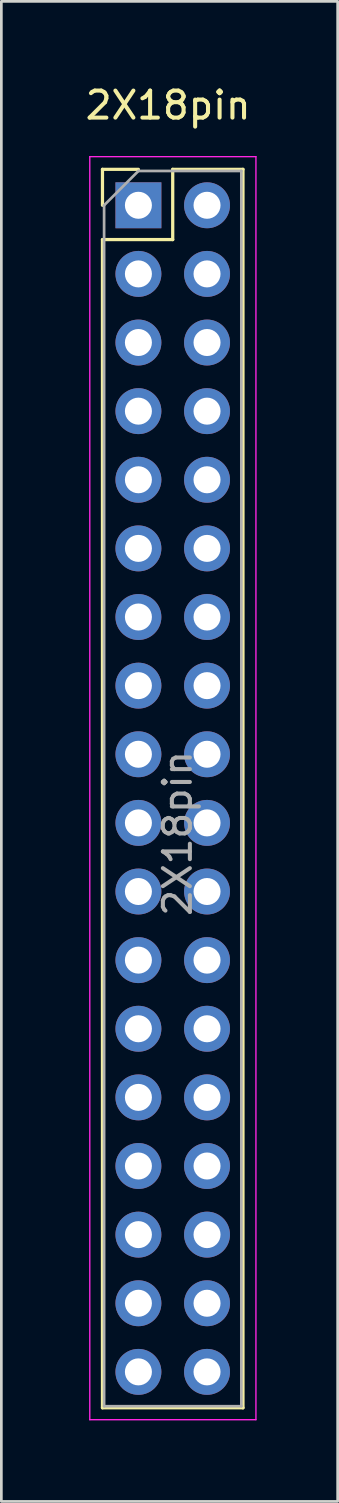
<source format=kicad_pcb>
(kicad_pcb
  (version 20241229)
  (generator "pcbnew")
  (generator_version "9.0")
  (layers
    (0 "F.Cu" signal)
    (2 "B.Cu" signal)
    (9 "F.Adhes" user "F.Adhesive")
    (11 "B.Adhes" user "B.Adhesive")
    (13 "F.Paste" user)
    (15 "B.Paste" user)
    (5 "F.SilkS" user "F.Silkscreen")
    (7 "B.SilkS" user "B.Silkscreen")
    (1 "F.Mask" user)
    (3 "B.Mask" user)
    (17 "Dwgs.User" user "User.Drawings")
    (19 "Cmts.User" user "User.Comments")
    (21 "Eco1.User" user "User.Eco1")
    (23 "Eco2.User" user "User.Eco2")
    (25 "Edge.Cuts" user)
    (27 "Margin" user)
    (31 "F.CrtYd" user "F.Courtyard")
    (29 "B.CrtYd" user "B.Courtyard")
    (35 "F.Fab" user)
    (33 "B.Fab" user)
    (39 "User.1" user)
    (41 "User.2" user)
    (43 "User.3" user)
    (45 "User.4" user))
  (footprint "2X18pin"
    (layer "F.Cu")
    (at 3.223 27.398)
    (property "Reference" "2X18pin" (at -0.05 -26.55 0) (unlocked yes) (layer "F.SilkS") (effects (font (size 1 1) (thickness 0.15))))
    (attr through_hole)
    (fp_line (start -2.48 -24.18) (end -1.15 -24.18) (stroke (width 0.12) (type solid)) (layer "F.SilkS"))
    (fp_line (start -2.48 -22.85) (end -2.48 -24.18) (stroke (width 0.12) (type solid)) (layer "F.SilkS"))
    (fp_line (start -2.48 -21.58) (end -2.48 21.66) (stroke (width 0.12) (type solid)) (layer "F.SilkS"))
    (fp_line (start -2.48 -21.58) (end 0.12 -21.58) (stroke (width 0.12) (type solid)) (layer "F.SilkS"))
    (fp_line (start -2.48 21.66) (end 2.72 21.66) (stroke (width 0.12) (type solid)) (layer "F.SilkS"))
    (fp_line (start 0.12 -24.18) (end 2.72 -24.18) (stroke (width 0.12) (type solid)) (layer "F.SilkS"))
    (fp_line (start 0.12 -21.58) (end 0.12 -24.18) (stroke (width 0.12) (type solid)) (layer "F.SilkS"))
    (fp_line (start 2.72 -24.18) (end 2.72 21.66) (stroke (width 0.12) (type solid)) (layer "F.SilkS"))
    (fp_line (start -2.95 -24.65) (end -2.95 22.1) (stroke (width 0.05) (type solid)) (layer "F.CrtYd"))
    (fp_line (start -2.95 22.1) (end 3.2 22.1) (stroke (width 0.05) (type solid)) (layer "F.CrtYd"))
    (fp_line (start 3.2 -24.65) (end -2.95 -24.65) (stroke (width 0.05) (type solid)) (layer "F.CrtYd"))
    (fp_line (start 3.2 22.1) (end 3.2 -24.65) (stroke (width 0.05) (type solid)) (layer "F.CrtYd"))
    (fp_line (start -2.42 -22.85) (end -1.15 -24.12) (stroke (width 0.1) (type solid)) (layer "F.Fab"))
    (fp_line (start -2.42 21.6) (end -2.42 -22.85) (stroke (width 0.1) (type solid)) (layer "F.Fab"))
    (fp_line (start -1.15 -24.12) (end 2.66 -24.12) (stroke (width 0.1) (type solid)) (layer "F.Fab"))
    (fp_line (start 2.66 -24.12) (end 2.66 21.6) (stroke (width 0.1) (type solid)) (layer "F.Fab"))
    (fp_line (start 2.66 21.6) (end -2.42 21.6) (stroke (width 0.1) (type solid)) (layer "F.Fab"))
    (fp_text user "${REFERENCE}" (at 0.3 0.4 90) (layer "F.Fab") (effects (font (size 1 1) (thickness 0.15))))
    (pad "1" thru_hole rect (at -1.15 -22.85) (size 1.7 1.7) (drill 1) (layers "*.Cu" "*.Mask"))
    (pad "2" thru_hole oval (at -1.15 -20.31) (size 1.7 1.7) (drill 1) (layers "*.Cu" "*.Mask"))
    (pad "3" thru_hole oval (at -1.15 -17.77) (size 1.7 1.7) (drill 1) (layers "*.Cu" "*.Mask"))
    (pad "4" thru_hole oval (at -1.15 -15.23) (size 1.7 1.7) (drill 1) (layers "*.Cu" "*.Mask"))
    (pad "5" thru_hole oval (at -1.15 -12.69) (size 1.7 1.7) (drill 1) (layers "*.Cu" "*.Mask"))
    (pad "6" thru_hole oval (at -1.15 -10.15) (size 1.7 1.7) (drill 1) (layers "*.Cu" "*.Mask"))
    (pad "7" thru_hole oval (at -1.15 -7.61) (size 1.7 1.7) (drill 1) (layers "*.Cu" "*.Mask"))
    (pad "8" thru_hole oval (at -1.15 -5.07) (size 1.7 1.7) (drill 1) (layers "*.Cu" "*.Mask"))
    (pad "9" thru_hole oval (at -1.15 -2.53) (size 1.7 1.7) (drill 1) (layers "*.Cu" "*.Mask"))
    (pad "10" thru_hole oval (at -1.15 0.01) (size 1.7 1.7) (drill 1) (layers "*.Cu" "*.Mask"))
    (pad "11" thru_hole oval (at -1.15 2.55) (size 1.7 1.7) (drill 1) (layers "*.Cu" "*.Mask"))
    (pad "12" thru_hole oval (at -1.15 5.09) (size 1.7 1.7) (drill 1) (layers "*.Cu" "*.Mask"))
    (pad "13" thru_hole oval (at -1.15 7.63) (size 1.7 1.7) (drill 1) (layers "*.Cu" "*.Mask"))
    (pad "14" thru_hole oval (at -1.15 10.17) (size 1.7 1.7) (drill 1) (layers "*.Cu" "*.Mask"))
    (pad "15" thru_hole oval (at -1.15 12.71) (size 1.7 1.7) (drill 1) (layers "*.Cu" "*.Mask"))
    (pad "16" thru_hole oval (at -1.15 15.25) (size 1.7 1.7) (drill 1) (layers "*.Cu" "*.Mask"))
    (pad "17" thru_hole oval (at -1.15 17.79) (size 1.7 1.7) (drill 1) (layers "*.Cu" "*.Mask"))
    (pad "18" thru_hole oval (at -1.15 20.33) (size 1.7 1.7) (drill 1) (layers "*.Cu" "*.Mask"))
    (pad "19" thru_hole oval (at 1.39 -22.85) (size 1.7 1.7) (drill 1) (layers "*.Cu" "*.Mask"))
    (pad "20" thru_hole oval (at 1.39 -20.31) (size 1.7 1.7) (drill 1) (layers "*.Cu" "*.Mask"))
    (pad "21" thru_hole oval (at 1.39 -17.77) (size 1.7 1.7) (drill 1) (layers "*.Cu" "*.Mask"))
    (pad "22" thru_hole oval (at 1.39 -15.23) (size 1.7 1.7) (drill 1) (layers "*.Cu" "*.Mask"))
    (pad "23" thru_hole oval (at 1.39 -12.69) (size 1.7 1.7) (drill 1) (layers "*.Cu" "*.Mask"))
    (pad "24" thru_hole oval (at 1.39 -10.15) (size 1.7 1.7) (drill 1) (layers "*.Cu" "*.Mask"))
    (pad "25" thru_hole oval (at 1.39 -7.61) (size 1.7 1.7) (drill 1) (layers "*.Cu" "*.Mask"))
    (pad "26" thru_hole oval (at 1.39 -5.07) (size 1.7 1.7) (drill 1) (layers "*.Cu" "*.Mask"))
    (pad "27" thru_hole oval (at 1.39 -2.53) (size 1.7 1.7) (drill 1) (layers "*.Cu" "*.Mask"))
    (pad "28" thru_hole oval (at 1.39 0.01) (size 1.7 1.7) (drill 1) (layers "*.Cu" "*.Mask"))
    (pad "29" thru_hole oval (at 1.39 2.55) (size 1.7 1.7) (drill 1) (layers "*.Cu" "*.Mask"))
    (pad "30" thru_hole oval (at 1.39 5.09) (size 1.7 1.7) (drill 1) (layers "*.Cu" "*.Mask"))
    (pad "31" thru_hole oval (at 1.39 7.63) (size 1.7 1.7) (drill 1) (layers "*.Cu" "*.Mask"))
    (pad "32" thru_hole oval (at 1.39 10.17) (size 1.7 1.7) (drill 1) (layers "*.Cu" "*.Mask"))
    (pad "33" thru_hole oval (at 1.39 12.71) (size 1.7 1.7) (drill 1) (layers "*.Cu" "*.Mask"))
    (pad "34" thru_hole oval (at 1.39 15.25) (size 1.7 1.7) (drill 1) (layers "*.Cu" "*.Mask"))
    (pad "35" thru_hole oval (at 1.39 17.79) (size 1.7 1.7) (drill 1) (layers "*.Cu" "*.Mask"))
    (pad "36" thru_hole oval (at 1.39 20.33) (size 1.7 1.7) (drill 1) (layers "*.Cu" "*.Mask")))
  (gr_rect
    (start -3 -3)
    (end 9.448 52.523)
    (stroke (width 0.1) (type default))
    (fill no)
    (layer "Edge.Cuts")))
</source>
